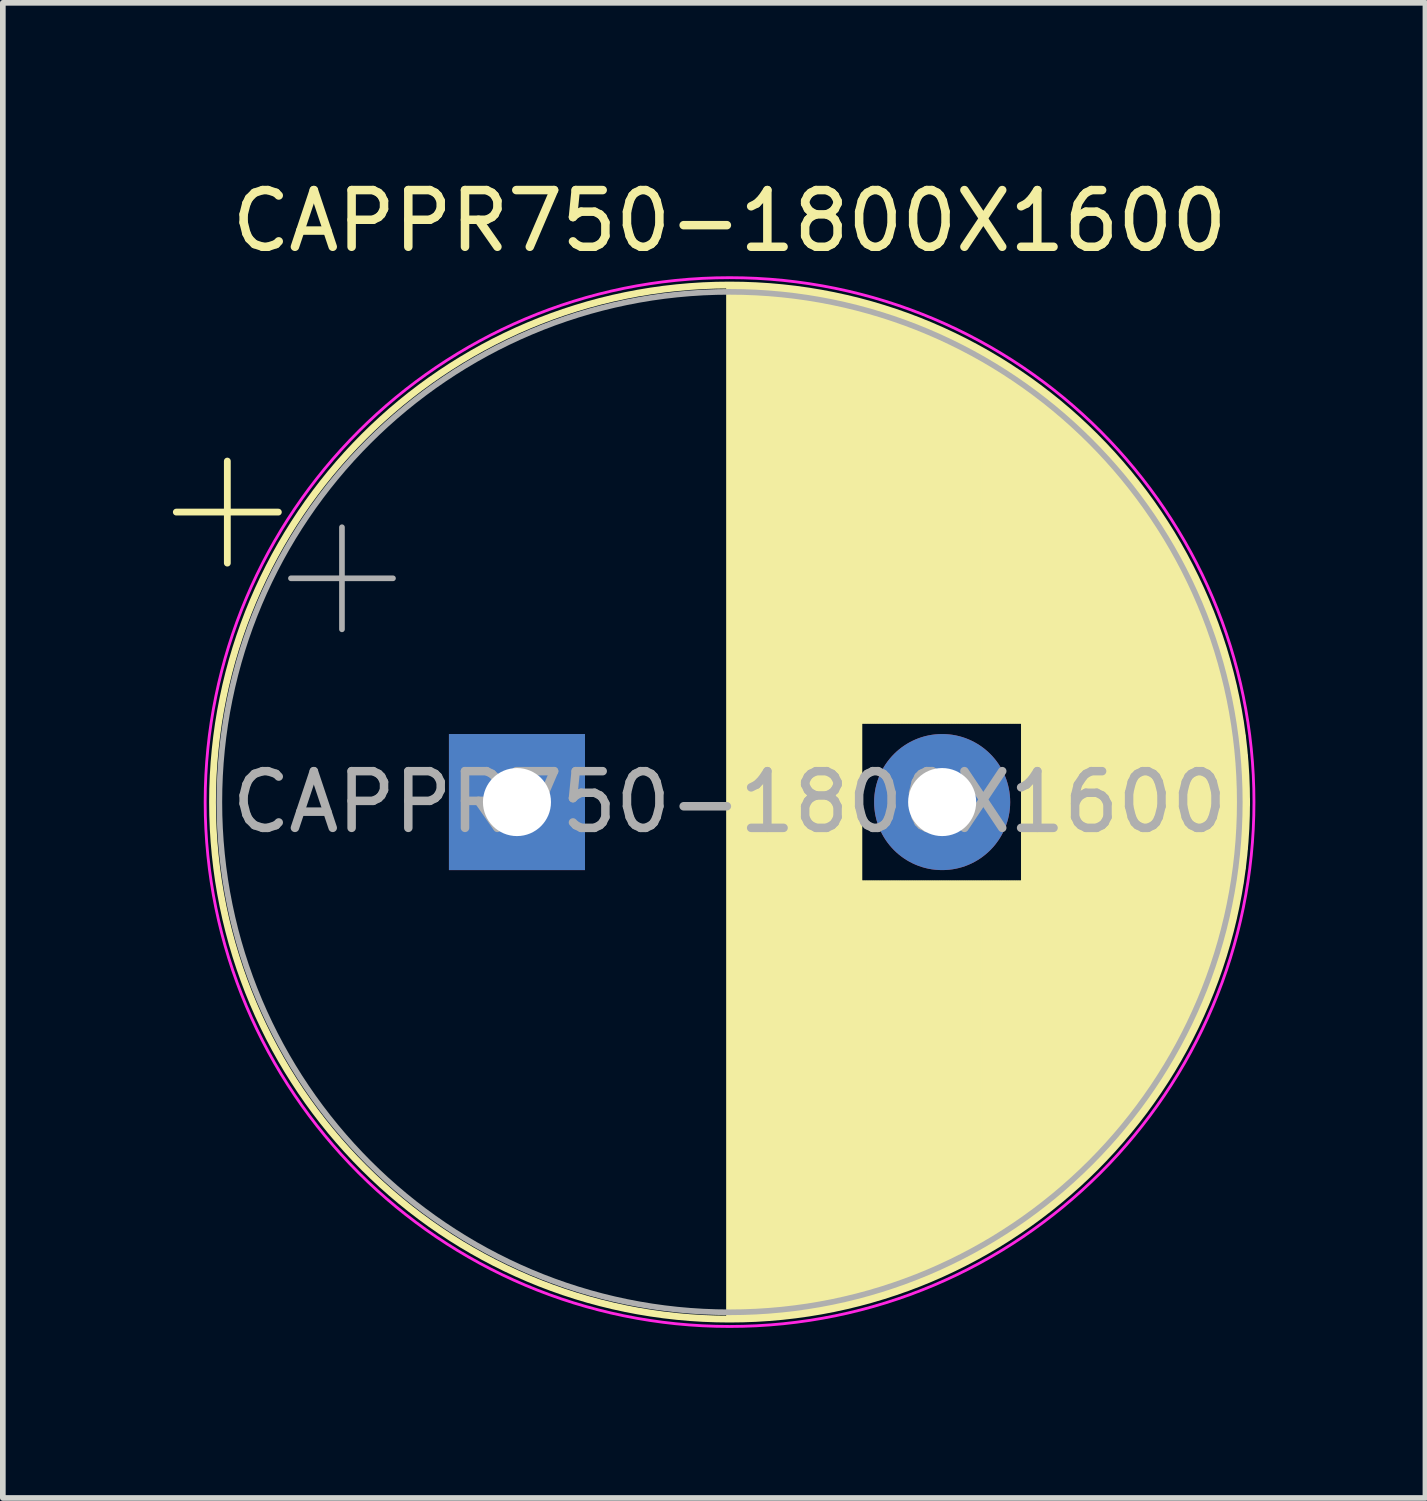
<source format=kicad_pcb>
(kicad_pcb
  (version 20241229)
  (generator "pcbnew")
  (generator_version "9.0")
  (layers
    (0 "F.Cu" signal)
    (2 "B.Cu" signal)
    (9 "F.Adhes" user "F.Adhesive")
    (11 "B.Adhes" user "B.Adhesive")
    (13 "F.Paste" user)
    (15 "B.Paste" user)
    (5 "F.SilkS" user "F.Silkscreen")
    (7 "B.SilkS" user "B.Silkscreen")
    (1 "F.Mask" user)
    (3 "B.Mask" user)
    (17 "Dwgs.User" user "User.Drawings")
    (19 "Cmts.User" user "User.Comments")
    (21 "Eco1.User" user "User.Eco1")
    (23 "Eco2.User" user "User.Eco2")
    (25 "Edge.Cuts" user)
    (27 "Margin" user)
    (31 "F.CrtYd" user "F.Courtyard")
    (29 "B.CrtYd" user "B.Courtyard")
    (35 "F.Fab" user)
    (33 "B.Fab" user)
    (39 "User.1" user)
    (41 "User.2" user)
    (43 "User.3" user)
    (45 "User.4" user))
  (footprint "CAPPR750-1800X1600"
    (layer "F.Cu")
    (at 6.069 11.098)
    (property "Reference" "CAPPR750-1800X1600" (at 3.75 -10.25 0) (layer "F.SilkS") (effects (font (size 1 1) (thickness 0.15))))
    (attr through_hole)
    (fp_line (start -6.009 -5.115) (end -4.209 -5.115) (stroke (width 0.12) (type solid)) (layer "F.SilkS"))
    (fp_line (start -5.109 -6.015) (end -5.109 -4.215) (stroke (width 0.12) (type solid)) (layer "F.SilkS"))
    (fp_line (start 3.75 -9.081) (end 3.75 9.081) (stroke (width 0.12) (type solid)) (layer "F.SilkS"))
    (fp_line (start 3.79 -9.08) (end 3.79 9.08) (stroke (width 0.12) (type solid)) (layer "F.SilkS"))
    (fp_line (start 3.83 -9.08) (end 3.83 9.08) (stroke (width 0.12) (type solid)) (layer "F.SilkS"))
    (fp_line (start 3.87 -9.08) (end 3.87 9.08) (stroke (width 0.12) (type solid)) (layer "F.SilkS"))
    (fp_line (start 3.91 -9.079) (end 3.91 9.079) (stroke (width 0.12) (type solid)) (layer "F.SilkS"))
    (fp_line (start 3.95 -9.078) (end 3.95 9.078) (stroke (width 0.12) (type solid)) (layer "F.SilkS"))
    (fp_line (start 3.99 -9.077) (end 3.99 9.077) (stroke (width 0.12) (type solid)) (layer "F.SilkS"))
    (fp_line (start 4.03 -9.076) (end 4.03 9.076) (stroke (width 0.12) (type solid)) (layer "F.SilkS"))
    (fp_line (start 4.07 -9.075) (end 4.07 9.075) (stroke (width 0.12) (type solid)) (layer "F.SilkS"))
    (fp_line (start 4.11 -9.073) (end 4.11 9.073) (stroke (width 0.12) (type solid)) (layer "F.SilkS"))
    (fp_line (start 4.15 -9.072) (end 4.15 9.072) (stroke (width 0.12) (type solid)) (layer "F.SilkS"))
    (fp_line (start 4.19 -9.07) (end 4.19 9.07) (stroke (width 0.12) (type solid)) (layer "F.SilkS"))
    (fp_line (start 4.23 -9.068) (end 4.23 9.068) (stroke (width 0.12) (type solid)) (layer "F.SilkS"))
    (fp_line (start 4.27 -9.066) (end 4.27 9.066) (stroke (width 0.12) (type solid)) (layer "F.SilkS"))
    (fp_line (start 4.31 -9.063) (end 4.31 9.063) (stroke (width 0.12) (type solid)) (layer "F.SilkS"))
    (fp_line (start 4.35 -9.061) (end 4.35 9.061) (stroke (width 0.12) (type solid)) (layer "F.SilkS"))
    (fp_line (start 4.39 -9.058) (end 4.39 9.058) (stroke (width 0.12) (type solid)) (layer "F.SilkS"))
    (fp_line (start 4.43 -9.055) (end 4.43 9.055) (stroke (width 0.12) (type solid)) (layer "F.SilkS"))
    (fp_line (start 4.471 -9.052) (end 4.471 9.052) (stroke (width 0.12) (type solid)) (layer "F.SilkS"))
    (fp_line (start 4.511 -9.049) (end 4.511 9.049) (stroke (width 0.12) (type solid)) (layer "F.SilkS"))
    (fp_line (start 4.551 -9.045) (end 4.551 9.045) (stroke (width 0.12) (type solid)) (layer "F.SilkS"))
    (fp_line (start 4.591 -9.042) (end 4.591 9.042) (stroke (width 0.12) (type solid)) (layer "F.SilkS"))
    (fp_line (start 4.631 -9.038) (end 4.631 9.038) (stroke (width 0.12) (type solid)) (layer "F.SilkS"))
    (fp_line (start 4.671 -9.034) (end 4.671 9.034) (stroke (width 0.12) (type solid)) (layer "F.SilkS"))
    (fp_line (start 4.711 -9.03) (end 4.711 9.03) (stroke (width 0.12) (type solid)) (layer "F.SilkS"))
    (fp_line (start 4.751 -9.026) (end 4.751 9.026) (stroke (width 0.12) (type solid)) (layer "F.SilkS"))
    (fp_line (start 4.791 -9.021) (end 4.791 9.021) (stroke (width 0.12) (type solid)) (layer "F.SilkS"))
    (fp_line (start 4.831 -9.016) (end 4.831 9.016) (stroke (width 0.12) (type solid)) (layer "F.SilkS"))
    (fp_line (start 4.871 -9.011) (end 4.871 9.011) (stroke (width 0.12) (type solid)) (layer "F.SilkS"))
    (fp_line (start 4.911 -9.006) (end 4.911 9.006) (stroke (width 0.12) (type solid)) (layer "F.SilkS"))
    (fp_line (start 4.951 -9.001) (end 4.951 9.001) (stroke (width 0.12) (type solid)) (layer "F.SilkS"))
    (fp_line (start 4.991 -8.996) (end 4.991 8.996) (stroke (width 0.12) (type solid)) (layer "F.SilkS"))
    (fp_line (start 5.031 -8.99) (end 5.031 8.99) (stroke (width 0.12) (type solid)) (layer "F.SilkS"))
    (fp_line (start 5.071 -8.984) (end 5.071 8.984) (stroke (width 0.12) (type solid)) (layer "F.SilkS"))
    (fp_line (start 5.111 -8.979) (end 5.111 8.979) (stroke (width 0.12) (type solid)) (layer "F.SilkS"))
    (fp_line (start 5.151 -8.972) (end 5.151 8.972) (stroke (width 0.12) (type solid)) (layer "F.SilkS"))
    (fp_line (start 5.191 -8.966) (end 5.191 8.966) (stroke (width 0.12) (type solid)) (layer "F.SilkS"))
    (fp_line (start 5.231 -8.96) (end 5.231 8.96) (stroke (width 0.12) (type solid)) (layer "F.SilkS"))
    (fp_line (start 5.271 -8.953) (end 5.271 8.953) (stroke (width 0.12) (type solid)) (layer "F.SilkS"))
    (fp_line (start 5.311 -8.946) (end 5.311 8.946) (stroke (width 0.12) (type solid)) (layer "F.SilkS"))
    (fp_line (start 5.351 -8.939) (end 5.351 8.939) (stroke (width 0.12) (type solid)) (layer "F.SilkS"))
    (fp_line (start 5.391 -8.932) (end 5.391 8.932) (stroke (width 0.12) (type solid)) (layer "F.SilkS"))
    (fp_line (start 5.431 -8.924) (end 5.431 8.924) (stroke (width 0.12) (type solid)) (layer "F.SilkS"))
    (fp_line (start 5.471 -8.917) (end 5.471 8.917) (stroke (width 0.12) (type solid)) (layer "F.SilkS"))
    (fp_line (start 5.511 -8.909) (end 5.511 8.909) (stroke (width 0.12) (type solid)) (layer "F.SilkS"))
    (fp_line (start 5.551 -8.901) (end 5.551 8.901) (stroke (width 0.12) (type solid)) (layer "F.SilkS"))
    (fp_line (start 5.591 -8.893) (end 5.591 8.893) (stroke (width 0.12) (type solid)) (layer "F.SilkS"))
    (fp_line (start 5.631 -8.885) (end 5.631 8.885) (stroke (width 0.12) (type solid)) (layer "F.SilkS"))
    (fp_line (start 5.671 -8.876) (end 5.671 8.876) (stroke (width 0.12) (type solid)) (layer "F.SilkS"))
    (fp_line (start 5.711 -8.867) (end 5.711 8.867) (stroke (width 0.12) (type solid)) (layer "F.SilkS"))
    (fp_line (start 5.751 -8.858) (end 5.751 8.858) (stroke (width 0.12) (type solid)) (layer "F.SilkS"))
    (fp_line (start 5.791 -8.849) (end 5.791 8.849) (stroke (width 0.12) (type solid)) (layer "F.SilkS"))
    (fp_line (start 5.831 -8.84) (end 5.831 8.84) (stroke (width 0.12) (type solid)) (layer "F.SilkS"))
    (fp_line (start 5.871 -8.831) (end 5.871 8.831) (stroke (width 0.12) (type solid)) (layer "F.SilkS"))
    (fp_line (start 5.911 -8.821) (end 5.911 8.821) (stroke (width 0.12) (type solid)) (layer "F.SilkS"))
    (fp_line (start 5.951 -8.811) (end 5.951 8.811) (stroke (width 0.12) (type solid)) (layer "F.SilkS"))
    (fp_line (start 5.991 -8.801) (end 5.991 8.801) (stroke (width 0.12) (type solid)) (layer "F.SilkS"))
    (fp_line (start 6.031 -8.791) (end 6.031 8.791) (stroke (width 0.12) (type solid)) (layer "F.SilkS"))
    (fp_line (start 6.071 -8.78) (end 6.071 -1.44) (stroke (width 0.12) (type solid)) (layer "F.SilkS"))
    (fp_line (start 6.071 1.44) (end 6.071 8.78) (stroke (width 0.12) (type solid)) (layer "F.SilkS"))
    (fp_line (start 6.111 -8.77) (end 6.111 -1.44) (stroke (width 0.12) (type solid)) (layer "F.SilkS"))
    (fp_line (start 6.111 1.44) (end 6.111 8.77) (stroke (width 0.12) (type solid)) (layer "F.SilkS"))
    (fp_line (start 6.151 -8.759) (end 6.151 -1.44) (stroke (width 0.12) (type solid)) (layer "F.SilkS"))
    (fp_line (start 6.151 1.44) (end 6.151 8.759) (stroke (width 0.12) (type solid)) (layer "F.SilkS"))
    (fp_line (start 6.191 -8.748) (end 6.191 -1.44) (stroke (width 0.12) (type solid)) (layer "F.SilkS"))
    (fp_line (start 6.191 1.44) (end 6.191 8.748) (stroke (width 0.12) (type solid)) (layer "F.SilkS"))
    (fp_line (start 6.231 -8.737) (end 6.231 -1.44) (stroke (width 0.12) (type solid)) (layer "F.SilkS"))
    (fp_line (start 6.231 1.44) (end 6.231 8.737) (stroke (width 0.12) (type solid)) (layer "F.SilkS"))
    (fp_line (start 6.271 -8.725) (end 6.271 -1.44) (stroke (width 0.12) (type solid)) (layer "F.SilkS"))
    (fp_line (start 6.271 1.44) (end 6.271 8.725) (stroke (width 0.12) (type solid)) (layer "F.SilkS"))
    (fp_line (start 6.311 -8.714) (end 6.311 -1.44) (stroke (width 0.12) (type solid)) (layer "F.SilkS"))
    (fp_line (start 6.311 1.44) (end 6.311 8.714) (stroke (width 0.12) (type solid)) (layer "F.SilkS"))
    (fp_line (start 6.351 -8.702) (end 6.351 -1.44) (stroke (width 0.12) (type solid)) (layer "F.SilkS"))
    (fp_line (start 6.351 1.44) (end 6.351 8.702) (stroke (width 0.12) (type solid)) (layer "F.SilkS"))
    (fp_line (start 6.391 -8.69) (end 6.391 -1.44) (stroke (width 0.12) (type solid)) (layer "F.SilkS"))
    (fp_line (start 6.391 1.44) (end 6.391 8.69) (stroke (width 0.12) (type solid)) (layer "F.SilkS"))
    (fp_line (start 6.431 -8.678) (end 6.431 -1.44) (stroke (width 0.12) (type solid)) (layer "F.SilkS"))
    (fp_line (start 6.431 1.44) (end 6.431 8.678) (stroke (width 0.12) (type solid)) (layer "F.SilkS"))
    (fp_line (start 6.471 -8.665) (end 6.471 -1.44) (stroke (width 0.12) (type solid)) (layer "F.SilkS"))
    (fp_line (start 6.471 1.44) (end 6.471 8.665) (stroke (width 0.12) (type solid)) (layer "F.SilkS"))
    (fp_line (start 6.511 -8.653) (end 6.511 -1.44) (stroke (width 0.12) (type solid)) (layer "F.SilkS"))
    (fp_line (start 6.511 1.44) (end 6.511 8.653) (stroke (width 0.12) (type solid)) (layer "F.SilkS"))
    (fp_line (start 6.551 -8.64) (end 6.551 -1.44) (stroke (width 0.12) (type solid)) (layer "F.SilkS"))
    (fp_line (start 6.551 1.44) (end 6.551 8.64) (stroke (width 0.12) (type solid)) (layer "F.SilkS"))
    (fp_line (start 6.591 -8.627) (end 6.591 -1.44) (stroke (width 0.12) (type solid)) (layer "F.SilkS"))
    (fp_line (start 6.591 1.44) (end 6.591 8.627) (stroke (width 0.12) (type solid)) (layer "F.SilkS"))
    (fp_line (start 6.631 -8.614) (end 6.631 -1.44) (stroke (width 0.12) (type solid)) (layer "F.SilkS"))
    (fp_line (start 6.631 1.44) (end 6.631 8.614) (stroke (width 0.12) (type solid)) (layer "F.SilkS"))
    (fp_line (start 6.671 -8.6) (end 6.671 -1.44) (stroke (width 0.12) (type solid)) (layer "F.SilkS"))
    (fp_line (start 6.671 1.44) (end 6.671 8.6) (stroke (width 0.12) (type solid)) (layer "F.SilkS"))
    (fp_line (start 6.711 -8.587) (end 6.711 -1.44) (stroke (width 0.12) (type solid)) (layer "F.SilkS"))
    (fp_line (start 6.711 1.44) (end 6.711 8.587) (stroke (width 0.12) (type solid)) (layer "F.SilkS"))
    (fp_line (start 6.751 -8.573) (end 6.751 -1.44) (stroke (width 0.12) (type solid)) (layer "F.SilkS"))
    (fp_line (start 6.751 1.44) (end 6.751 8.573) (stroke (width 0.12) (type solid)) (layer "F.SilkS"))
    (fp_line (start 6.791 -8.559) (end 6.791 -1.44) (stroke (width 0.12) (type solid)) (layer "F.SilkS"))
    (fp_line (start 6.791 1.44) (end 6.791 8.559) (stroke (width 0.12) (type solid)) (layer "F.SilkS"))
    (fp_line (start 6.831 -8.545) (end 6.831 -1.44) (stroke (width 0.12) (type solid)) (layer "F.SilkS"))
    (fp_line (start 6.831 1.44) (end 6.831 8.545) (stroke (width 0.12) (type solid)) (layer "F.SilkS"))
    (fp_line (start 6.871 -8.53) (end 6.871 -1.44) (stroke (width 0.12) (type solid)) (layer "F.SilkS"))
    (fp_line (start 6.871 1.44) (end 6.871 8.53) (stroke (width 0.12) (type solid)) (layer "F.SilkS"))
    (fp_line (start 6.911 -8.516) (end 6.911 -1.44) (stroke (width 0.12) (type solid)) (layer "F.SilkS"))
    (fp_line (start 6.911 1.44) (end 6.911 8.516) (stroke (width 0.12) (type solid)) (layer "F.SilkS"))
    (fp_line (start 6.951 -8.501) (end 6.951 -1.44) (stroke (width 0.12) (type solid)) (layer "F.SilkS"))
    (fp_line (start 6.951 1.44) (end 6.951 8.501) (stroke (width 0.12) (type solid)) (layer "F.SilkS"))
    (fp_line (start 6.991 -8.486) (end 6.991 -1.44) (stroke (width 0.12) (type solid)) (layer "F.SilkS"))
    (fp_line (start 6.991 1.44) (end 6.991 8.486) (stroke (width 0.12) (type solid)) (layer "F.SilkS"))
    (fp_line (start 7.031 -8.47) (end 7.031 -1.44) (stroke (width 0.12) (type solid)) (layer "F.SilkS"))
    (fp_line (start 7.031 1.44) (end 7.031 8.47) (stroke (width 0.12) (type solid)) (layer "F.SilkS"))
    (fp_line (start 7.071 -8.455) (end 7.071 -1.44) (stroke (width 0.12) (type solid)) (layer "F.SilkS"))
    (fp_line (start 7.071 1.44) (end 7.071 8.455) (stroke (width 0.12) (type solid)) (layer "F.SilkS"))
    (fp_line (start 7.111 -8.439) (end 7.111 -1.44) (stroke (width 0.12) (type solid)) (layer "F.SilkS"))
    (fp_line (start 7.111 1.44) (end 7.111 8.439) (stroke (width 0.12) (type solid)) (layer "F.SilkS"))
    (fp_line (start 7.151 -8.423) (end 7.151 -1.44) (stroke (width 0.12) (type solid)) (layer "F.SilkS"))
    (fp_line (start 7.151 1.44) (end 7.151 8.423) (stroke (width 0.12) (type solid)) (layer "F.SilkS"))
    (fp_line (start 7.191 -8.407) (end 7.191 -1.44) (stroke (width 0.12) (type solid)) (layer "F.SilkS"))
    (fp_line (start 7.191 1.44) (end 7.191 8.407) (stroke (width 0.12) (type solid)) (layer "F.SilkS"))
    (fp_line (start 7.231 -8.39) (end 7.231 -1.44) (stroke (width 0.12) (type solid)) (layer "F.SilkS"))
    (fp_line (start 7.231 1.44) (end 7.231 8.39) (stroke (width 0.12) (type solid)) (layer "F.SilkS"))
    (fp_line (start 7.271 -8.374) (end 7.271 -1.44) (stroke (width 0.12) (type solid)) (layer "F.SilkS"))
    (fp_line (start 7.271 1.44) (end 7.271 8.374) (stroke (width 0.12) (type solid)) (layer "F.SilkS"))
    (fp_line (start 7.311 -8.357) (end 7.311 -1.44) (stroke (width 0.12) (type solid)) (layer "F.SilkS"))
    (fp_line (start 7.311 1.44) (end 7.311 8.357) (stroke (width 0.12) (type solid)) (layer "F.SilkS"))
    (fp_line (start 7.351 -8.34) (end 7.351 -1.44) (stroke (width 0.12) (type solid)) (layer "F.SilkS"))
    (fp_line (start 7.351 1.44) (end 7.351 8.34) (stroke (width 0.12) (type solid)) (layer "F.SilkS"))
    (fp_line (start 7.391 -8.323) (end 7.391 -1.44) (stroke (width 0.12) (type solid)) (layer "F.SilkS"))
    (fp_line (start 7.391 1.44) (end 7.391 8.323) (stroke (width 0.12) (type solid)) (layer "F.SilkS"))
    (fp_line (start 7.431 -8.305) (end 7.431 -1.44) (stroke (width 0.12) (type solid)) (layer "F.SilkS"))
    (fp_line (start 7.431 1.44) (end 7.431 8.305) (stroke (width 0.12) (type solid)) (layer "F.SilkS"))
    (fp_line (start 7.471 -8.287) (end 7.471 -1.44) (stroke (width 0.12) (type solid)) (layer "F.SilkS"))
    (fp_line (start 7.471 1.44) (end 7.471 8.287) (stroke (width 0.12) (type solid)) (layer "F.SilkS"))
    (fp_line (start 7.511 -8.269) (end 7.511 -1.44) (stroke (width 0.12) (type solid)) (layer "F.SilkS"))
    (fp_line (start 7.511 1.44) (end 7.511 8.269) (stroke (width 0.12) (type solid)) (layer "F.SilkS"))
    (fp_line (start 7.551 -8.251) (end 7.551 -1.44) (stroke (width 0.12) (type solid)) (layer "F.SilkS"))
    (fp_line (start 7.551 1.44) (end 7.551 8.251) (stroke (width 0.12) (type solid)) (layer "F.SilkS"))
    (fp_line (start 7.591 -8.233) (end 7.591 -1.44) (stroke (width 0.12) (type solid)) (layer "F.SilkS"))
    (fp_line (start 7.591 1.44) (end 7.591 8.233) (stroke (width 0.12) (type solid)) (layer "F.SilkS"))
    (fp_line (start 7.631 -8.214) (end 7.631 -1.44) (stroke (width 0.12) (type solid)) (layer "F.SilkS"))
    (fp_line (start 7.631 1.44) (end 7.631 8.214) (stroke (width 0.12) (type solid)) (layer "F.SilkS"))
    (fp_line (start 7.671 -8.195) (end 7.671 -1.44) (stroke (width 0.12) (type solid)) (layer "F.SilkS"))
    (fp_line (start 7.671 1.44) (end 7.671 8.195) (stroke (width 0.12) (type solid)) (layer "F.SilkS"))
    (fp_line (start 7.711 -8.176) (end 7.711 -1.44) (stroke (width 0.12) (type solid)) (layer "F.SilkS"))
    (fp_line (start 7.711 1.44) (end 7.711 8.176) (stroke (width 0.12) (type solid)) (layer "F.SilkS"))
    (fp_line (start 7.751 -8.156) (end 7.751 -1.44) (stroke (width 0.12) (type solid)) (layer "F.SilkS"))
    (fp_line (start 7.751 1.44) (end 7.751 8.156) (stroke (width 0.12) (type solid)) (layer "F.SilkS"))
    (fp_line (start 7.791 -8.137) (end 7.791 -1.44) (stroke (width 0.12) (type solid)) (layer "F.SilkS"))
    (fp_line (start 7.791 1.44) (end 7.791 8.137) (stroke (width 0.12) (type solid)) (layer "F.SilkS"))
    (fp_line (start 7.831 -8.117) (end 7.831 -1.44) (stroke (width 0.12) (type solid)) (layer "F.SilkS"))
    (fp_line (start 7.831 1.44) (end 7.831 8.117) (stroke (width 0.12) (type solid)) (layer "F.SilkS"))
    (fp_line (start 7.871 -8.097) (end 7.871 -1.44) (stroke (width 0.12) (type solid)) (layer "F.SilkS"))
    (fp_line (start 7.871 1.44) (end 7.871 8.097) (stroke (width 0.12) (type solid)) (layer "F.SilkS"))
    (fp_line (start 7.911 -8.076) (end 7.911 -1.44) (stroke (width 0.12) (type solid)) (layer "F.SilkS"))
    (fp_line (start 7.911 1.44) (end 7.911 8.076) (stroke (width 0.12) (type solid)) (layer "F.SilkS"))
    (fp_line (start 7.951 -8.056) (end 7.951 -1.44) (stroke (width 0.12) (type solid)) (layer "F.SilkS"))
    (fp_line (start 7.951 1.44) (end 7.951 8.056) (stroke (width 0.12) (type solid)) (layer "F.SilkS"))
    (fp_line (start 7.991 -8.035) (end 7.991 -1.44) (stroke (width 0.12) (type solid)) (layer "F.SilkS"))
    (fp_line (start 7.991 1.44) (end 7.991 8.035) (stroke (width 0.12) (type solid)) (layer "F.SilkS"))
    (fp_line (start 8.031 -8.014) (end 8.031 -1.44) (stroke (width 0.12) (type solid)) (layer "F.SilkS"))
    (fp_line (start 8.031 1.44) (end 8.031 8.014) (stroke (width 0.12) (type solid)) (layer "F.SilkS"))
    (fp_line (start 8.071 -7.992) (end 8.071 -1.44) (stroke (width 0.12) (type solid)) (layer "F.SilkS"))
    (fp_line (start 8.071 1.44) (end 8.071 7.992) (stroke (width 0.12) (type solid)) (layer "F.SilkS"))
    (fp_line (start 8.111 -7.971) (end 8.111 -1.44) (stroke (width 0.12) (type solid)) (layer "F.SilkS"))
    (fp_line (start 8.111 1.44) (end 8.111 7.971) (stroke (width 0.12) (type solid)) (layer "F.SilkS"))
    (fp_line (start 8.151 -7.949) (end 8.151 -1.44) (stroke (width 0.12) (type solid)) (layer "F.SilkS"))
    (fp_line (start 8.151 1.44) (end 8.151 7.949) (stroke (width 0.12) (type solid)) (layer "F.SilkS"))
    (fp_line (start 8.191 -7.927) (end 8.191 -1.44) (stroke (width 0.12) (type solid)) (layer "F.SilkS"))
    (fp_line (start 8.191 1.44) (end 8.191 7.927) (stroke (width 0.12) (type solid)) (layer "F.SilkS"))
    (fp_line (start 8.231 -7.904) (end 8.231 -1.44) (stroke (width 0.12) (type solid)) (layer "F.SilkS"))
    (fp_line (start 8.231 1.44) (end 8.231 7.904) (stroke (width 0.12) (type solid)) (layer "F.SilkS"))
    (fp_line (start 8.271 -7.882) (end 8.271 -1.44) (stroke (width 0.12) (type solid)) (layer "F.SilkS"))
    (fp_line (start 8.271 1.44) (end 8.271 7.882) (stroke (width 0.12) (type solid)) (layer "F.SilkS"))
    (fp_line (start 8.311 -7.859) (end 8.311 -1.44) (stroke (width 0.12) (type solid)) (layer "F.SilkS"))
    (fp_line (start 8.311 1.44) (end 8.311 7.859) (stroke (width 0.12) (type solid)) (layer "F.SilkS"))
    (fp_line (start 8.351 -7.835) (end 8.351 -1.44) (stroke (width 0.12) (type solid)) (layer "F.SilkS"))
    (fp_line (start 8.351 1.44) (end 8.351 7.835) (stroke (width 0.12) (type solid)) (layer "F.SilkS"))
    (fp_line (start 8.391 -7.812) (end 8.391 -1.44) (stroke (width 0.12) (type solid)) (layer "F.SilkS"))
    (fp_line (start 8.391 1.44) (end 8.391 7.812) (stroke (width 0.12) (type solid)) (layer "F.SilkS"))
    (fp_line (start 8.431 -7.788) (end 8.431 -1.44) (stroke (width 0.12) (type solid)) (layer "F.SilkS"))
    (fp_line (start 8.431 1.44) (end 8.431 7.788) (stroke (width 0.12) (type solid)) (layer "F.SilkS"))
    (fp_line (start 8.471 -7.764) (end 8.471 -1.44) (stroke (width 0.12) (type solid)) (layer "F.SilkS"))
    (fp_line (start 8.471 1.44) (end 8.471 7.764) (stroke (width 0.12) (type solid)) (layer "F.SilkS"))
    (fp_line (start 8.511 -7.74) (end 8.511 -1.44) (stroke (width 0.12) (type solid)) (layer "F.SilkS"))
    (fp_line (start 8.511 1.44) (end 8.511 7.74) (stroke (width 0.12) (type solid)) (layer "F.SilkS"))
    (fp_line (start 8.551 -7.715) (end 8.551 -1.44) (stroke (width 0.12) (type solid)) (layer "F.SilkS"))
    (fp_line (start 8.551 1.44) (end 8.551 7.715) (stroke (width 0.12) (type solid)) (layer "F.SilkS"))
    (fp_line (start 8.591 -7.69) (end 8.591 -1.44) (stroke (width 0.12) (type solid)) (layer "F.SilkS"))
    (fp_line (start 8.591 1.44) (end 8.591 7.69) (stroke (width 0.12) (type solid)) (layer "F.SilkS"))
    (fp_line (start 8.631 -7.665) (end 8.631 -1.44) (stroke (width 0.12) (type solid)) (layer "F.SilkS"))
    (fp_line (start 8.631 1.44) (end 8.631 7.665) (stroke (width 0.12) (type solid)) (layer "F.SilkS"))
    (fp_line (start 8.671 -7.64) (end 8.671 -1.44) (stroke (width 0.12) (type solid)) (layer "F.SilkS"))
    (fp_line (start 8.671 1.44) (end 8.671 7.64) (stroke (width 0.12) (type solid)) (layer "F.SilkS"))
    (fp_line (start 8.711 -7.614) (end 8.711 -1.44) (stroke (width 0.12) (type solid)) (layer "F.SilkS"))
    (fp_line (start 8.711 1.44) (end 8.711 7.614) (stroke (width 0.12) (type solid)) (layer "F.SilkS"))
    (fp_line (start 8.751 -7.588) (end 8.751 -1.44) (stroke (width 0.12) (type solid)) (layer "F.SilkS"))
    (fp_line (start 8.751 1.44) (end 8.751 7.588) (stroke (width 0.12) (type solid)) (layer "F.SilkS"))
    (fp_line (start 8.791 -7.561) (end 8.791 -1.44) (stroke (width 0.12) (type solid)) (layer "F.SilkS"))
    (fp_line (start 8.791 1.44) (end 8.791 7.561) (stroke (width 0.12) (type solid)) (layer "F.SilkS"))
    (fp_line (start 8.831 -7.535) (end 8.831 -1.44) (stroke (width 0.12) (type solid)) (layer "F.SilkS"))
    (fp_line (start 8.831 1.44) (end 8.831 7.535) (stroke (width 0.12) (type solid)) (layer "F.SilkS"))
    (fp_line (start 8.871 -7.508) (end 8.871 -1.44) (stroke (width 0.12) (type solid)) (layer "F.SilkS"))
    (fp_line (start 8.871 1.44) (end 8.871 7.508) (stroke (width 0.12) (type solid)) (layer "F.SilkS"))
    (fp_line (start 8.911 -7.48) (end 8.911 -1.44) (stroke (width 0.12) (type solid)) (layer "F.SilkS"))
    (fp_line (start 8.911 1.44) (end 8.911 7.48) (stroke (width 0.12) (type solid)) (layer "F.SilkS"))
    (fp_line (start 8.951 -7.453) (end 8.951 7.453) (stroke (width 0.12) (type solid)) (layer "F.SilkS"))
    (fp_line (start 8.991 -7.425) (end 8.991 7.425) (stroke (width 0.12) (type solid)) (layer "F.SilkS"))
    (fp_line (start 9.031 -7.397) (end 9.031 7.397) (stroke (width 0.12) (type solid)) (layer "F.SilkS"))
    (fp_line (start 9.071 -7.368) (end 9.071 7.368) (stroke (width 0.12) (type solid)) (layer "F.SilkS"))
    (fp_line (start 9.111 -7.339) (end 9.111 7.339) (stroke (width 0.12) (type solid)) (layer "F.SilkS"))
    (fp_line (start 9.151 -7.31) (end 9.151 7.31) (stroke (width 0.12) (type solid)) (layer "F.SilkS"))
    (fp_line (start 9.191 -7.28) (end 9.191 7.28) (stroke (width 0.12) (type solid)) (layer "F.SilkS"))
    (fp_line (start 9.231 -7.25) (end 9.231 7.25) (stroke (width 0.12) (type solid)) (layer "F.SilkS"))
    (fp_line (start 9.271 -7.22) (end 9.271 7.22) (stroke (width 0.12) (type solid)) (layer "F.SilkS"))
    (fp_line (start 9.311 -7.19) (end 9.311 7.19) (stroke (width 0.12) (type solid)) (layer "F.SilkS"))
    (fp_line (start 9.351 -7.159) (end 9.351 7.159) (stroke (width 0.12) (type solid)) (layer "F.SilkS"))
    (fp_line (start 9.391 -7.127) (end 9.391 7.127) (stroke (width 0.12) (type solid)) (layer "F.SilkS"))
    (fp_line (start 9.431 -7.096) (end 9.431 7.096) (stroke (width 0.12) (type solid)) (layer "F.SilkS"))
    (fp_line (start 9.471 -7.064) (end 9.471 7.064) (stroke (width 0.12) (type solid)) (layer "F.SilkS"))
    (fp_line (start 9.511 -7.031) (end 9.511 7.031) (stroke (width 0.12) (type solid)) (layer "F.SilkS"))
    (fp_line (start 9.551 -6.999) (end 9.551 6.999) (stroke (width 0.12) (type solid)) (layer "F.SilkS"))
    (fp_line (start 9.591 -6.965) (end 9.591 6.965) (stroke (width 0.12) (type solid)) (layer "F.SilkS"))
    (fp_line (start 9.631 -6.932) (end 9.631 6.932) (stroke (width 0.12) (type solid)) (layer "F.SilkS"))
    (fp_line (start 9.671 -6.898) (end 9.671 6.898) (stroke (width 0.12) (type solid)) (layer "F.SilkS"))
    (fp_line (start 9.711 -6.864) (end 9.711 6.864) (stroke (width 0.12) (type solid)) (layer "F.SilkS"))
    (fp_line (start 9.751 -6.829) (end 9.751 6.829) (stroke (width 0.12) (type solid)) (layer "F.SilkS"))
    (fp_line (start 9.791 -6.794) (end 9.791 6.794) (stroke (width 0.12) (type solid)) (layer "F.SilkS"))
    (fp_line (start 9.831 -6.758) (end 9.831 6.758) (stroke (width 0.12) (type solid)) (layer "F.SilkS"))
    (fp_line (start 9.871 -6.722) (end 9.871 6.722) (stroke (width 0.12) (type solid)) (layer "F.SilkS"))
    (fp_line (start 9.911 -6.686) (end 9.911 6.686) (stroke (width 0.12) (type solid)) (layer "F.SilkS"))
    (fp_line (start 9.951 -6.649) (end 9.951 6.649) (stroke (width 0.12) (type solid)) (layer "F.SilkS"))
    (fp_line (start 9.991 -6.612) (end 9.991 6.612) (stroke (width 0.12) (type solid)) (layer "F.SilkS"))
    (fp_line (start 10.031 -6.574) (end 10.031 6.574) (stroke (width 0.12) (type solid)) (layer "F.SilkS"))
    (fp_line (start 10.071 -6.536) (end 10.071 6.536) (stroke (width 0.12) (type solid)) (layer "F.SilkS"))
    (fp_line (start 10.111 -6.497) (end 10.111 6.497) (stroke (width 0.12) (type solid)) (layer "F.SilkS"))
    (fp_line (start 10.151 -6.458) (end 10.151 6.458) (stroke (width 0.12) (type solid)) (layer "F.SilkS"))
    (fp_line (start 10.191 -6.418) (end 10.191 6.418) (stroke (width 0.12) (type solid)) (layer "F.SilkS"))
    (fp_line (start 10.231 -6.378) (end 10.231 6.378) (stroke (width 0.12) (type solid)) (layer "F.SilkS"))
    (fp_line (start 10.271 -6.337) (end 10.271 6.337) (stroke (width 0.12) (type solid)) (layer "F.SilkS"))
    (fp_line (start 10.311 -6.296) (end 10.311 6.296) (stroke (width 0.12) (type solid)) (layer "F.SilkS"))
    (fp_line (start 10.351 -6.254) (end 10.351 6.254) (stroke (width 0.12) (type solid)) (layer "F.SilkS"))
    (fp_line (start 10.391 -6.212) (end 10.391 6.212) (stroke (width 0.12) (type solid)) (layer "F.SilkS"))
    (fp_line (start 10.431 -6.17) (end 10.431 6.17) (stroke (width 0.12) (type solid)) (layer "F.SilkS"))
    (fp_line (start 10.471 -6.126) (end 10.471 6.126) (stroke (width 0.12) (type solid)) (layer "F.SilkS"))
    (fp_line (start 10.511 -6.082) (end 10.511 6.082) (stroke (width 0.12) (type solid)) (layer "F.SilkS"))
    (fp_line (start 10.551 -6.038) (end 10.551 6.038) (stroke (width 0.12) (type solid)) (layer "F.SilkS"))
    (fp_line (start 10.591 -5.993) (end 10.591 5.993) (stroke (width 0.12) (type solid)) (layer "F.SilkS"))
    (fp_line (start 10.631 -5.947) (end 10.631 5.947) (stroke (width 0.12) (type solid)) (layer "F.SilkS"))
    (fp_line (start 10.671 -5.901) (end 10.671 5.901) (stroke (width 0.12) (type solid)) (layer "F.SilkS"))
    (fp_line (start 10.711 -5.854) (end 10.711 5.854) (stroke (width 0.12) (type solid)) (layer "F.SilkS"))
    (fp_line (start 10.751 -5.806) (end 10.751 5.806) (stroke (width 0.12) (type solid)) (layer "F.SilkS"))
    (fp_line (start 10.791 -5.758) (end 10.791 5.758) (stroke (width 0.12) (type solid)) (layer "F.SilkS"))
    (fp_line (start 10.831 -5.709) (end 10.831 5.709) (stroke (width 0.12) (type solid)) (layer "F.SilkS"))
    (fp_line (start 10.871 -5.66) (end 10.871 5.66) (stroke (width 0.12) (type solid)) (layer "F.SilkS"))
    (fp_line (start 10.911 -5.609) (end 10.911 5.609) (stroke (width 0.12) (type solid)) (layer "F.SilkS"))
    (fp_line (start 10.951 -5.558) (end 10.951 5.558) (stroke (width 0.12) (type solid)) (layer "F.SilkS"))
    (fp_line (start 10.991 -5.506) (end 10.991 5.506) (stroke (width 0.12) (type solid)) (layer "F.SilkS"))
    (fp_line (start 11.031 -5.454) (end 11.031 5.454) (stroke (width 0.12) (type solid)) (layer "F.SilkS"))
    (fp_line (start 11.071 -5.4) (end 11.071 5.4) (stroke (width 0.12) (type solid)) (layer "F.SilkS"))
    (fp_line (start 11.111 -5.346) (end 11.111 5.346) (stroke (width 0.12) (type solid)) (layer "F.SilkS"))
    (fp_line (start 11.151 -5.291) (end 11.151 5.291) (stroke (width 0.12) (type solid)) (layer "F.SilkS"))
    (fp_line (start 11.191 -5.235) (end 11.191 5.235) (stroke (width 0.12) (type solid)) (layer "F.SilkS"))
    (fp_line (start 11.231 -5.178) (end 11.231 5.178) (stroke (width 0.12) (type solid)) (layer "F.SilkS"))
    (fp_line (start 11.271 -5.12) (end 11.271 5.12) (stroke (width 0.12) (type solid)) (layer "F.SilkS"))
    (fp_line (start 11.311 -5.062) (end 11.311 5.062) (stroke (width 0.12) (type solid)) (layer "F.SilkS"))
    (fp_line (start 11.351 -5.002) (end 11.351 5.002) (stroke (width 0.12) (type solid)) (layer "F.SilkS"))
    (fp_line (start 11.391 -4.941) (end 11.391 4.941) (stroke (width 0.12) (type solid)) (layer "F.SilkS"))
    (fp_line (start 11.431 -4.879) (end 11.431 4.879) (stroke (width 0.12) (type solid)) (layer "F.SilkS"))
    (fp_line (start 11.471 -4.816) (end 11.471 4.816) (stroke (width 0.12) (type solid)) (layer "F.SilkS"))
    (fp_line (start 11.511 -4.752) (end 11.511 4.752) (stroke (width 0.12) (type solid)) (layer "F.SilkS"))
    (fp_line (start 11.551 -4.686) (end 11.551 4.686) (stroke (width 0.12) (type solid)) (layer "F.SilkS"))
    (fp_line (start 11.591 -4.62) (end 11.591 4.62) (stroke (width 0.12) (type solid)) (layer "F.SilkS"))
    (fp_line (start 11.631 -4.552) (end 11.631 4.552) (stroke (width 0.12) (type solid)) (layer "F.SilkS"))
    (fp_line (start 11.671 -4.482) (end 11.671 4.482) (stroke (width 0.12) (type solid)) (layer "F.SilkS"))
    (fp_line (start 11.711 -4.412) (end 11.711 4.412) (stroke (width 0.12) (type solid)) (layer "F.SilkS"))
    (fp_line (start 11.751 -4.339) (end 11.751 4.339) (stroke (width 0.12) (type solid)) (layer "F.SilkS"))
    (fp_line (start 11.791 -4.265) (end 11.791 4.265) (stroke (width 0.12) (type solid)) (layer "F.SilkS"))
    (fp_line (start 11.831 -4.19) (end 11.831 4.19) (stroke (width 0.12) (type solid)) (layer "F.SilkS"))
    (fp_line (start 11.871 -4.113) (end 11.871 4.113) (stroke (width 0.12) (type solid)) (layer "F.SilkS"))
    (fp_line (start 11.911 -4.033) (end 11.911 4.033) (stroke (width 0.12) (type solid)) (layer "F.SilkS"))
    (fp_line (start 11.95 -3.952) (end 11.95 3.952) (stroke (width 0.12) (type solid)) (layer "F.SilkS"))
    (fp_line (start 11.99 -3.869) (end 11.99 3.869) (stroke (width 0.12) (type solid)) (layer "F.SilkS"))
    (fp_line (start 12.03 -3.784) (end 12.03 3.784) (stroke (width 0.12) (type solid)) (layer "F.SilkS"))
    (fp_line (start 12.07 -3.696) (end 12.07 3.696) (stroke (width 0.12) (type solid)) (layer "F.SilkS"))
    (fp_line (start 12.11 -3.605) (end 12.11 3.605) (stroke (width 0.12) (type solid)) (layer "F.SilkS"))
    (fp_line (start 12.15 -3.512) (end 12.15 3.512) (stroke (width 0.12) (type solid)) (layer "F.SilkS"))
    (fp_line (start 12.19 -3.416) (end 12.19 3.416) (stroke (width 0.12) (type solid)) (layer "F.SilkS"))
    (fp_line (start 12.23 -3.317) (end 12.23 3.317) (stroke (width 0.12) (type solid)) (layer "F.SilkS"))
    (fp_line (start 12.27 -3.214) (end 12.27 3.214) (stroke (width 0.12) (type solid)) (layer "F.SilkS"))
    (fp_line (start 12.31 -3.107) (end 12.31 3.107) (stroke (width 0.12) (type solid)) (layer "F.SilkS"))
    (fp_line (start 12.35 -2.996) (end 12.35 2.996) (stroke (width 0.12) (type solid)) (layer "F.SilkS"))
    (fp_line (start 12.39 -2.88) (end 12.39 2.88) (stroke (width 0.12) (type solid)) (layer "F.SilkS"))
    (fp_line (start 12.43 -2.759) (end 12.43 2.759) (stroke (width 0.12) (type solid)) (layer "F.SilkS"))
    (fp_line (start 12.47 -2.632) (end 12.47 2.632) (stroke (width 0.12) (type solid)) (layer "F.SilkS"))
    (fp_line (start 12.51 -2.498) (end 12.51 2.498) (stroke (width 0.12) (type solid)) (layer "F.SilkS"))
    (fp_line (start 12.55 -2.355) (end 12.55 2.355) (stroke (width 0.12) (type solid)) (layer "F.SilkS"))
    (fp_line (start 12.59 -2.203) (end 12.59 2.203) (stroke (width 0.12) (type solid)) (layer "F.SilkS"))
    (fp_line (start 12.63 -2.039) (end 12.63 2.039) (stroke (width 0.12) (type solid)) (layer "F.SilkS"))
    (fp_line (start 12.67 -1.86) (end 12.67 1.86) (stroke (width 0.12) (type solid)) (layer "F.SilkS"))
    (fp_line (start 12.71 -1.661) (end 12.71 1.661) (stroke (width 0.12) (type solid)) (layer "F.SilkS"))
    (fp_line (start 12.75 -1.435) (end 12.75 1.435) (stroke (width 0.12) (type solid)) (layer "F.SilkS"))
    (fp_line (start 12.79 -1.166) (end 12.79 1.166) (stroke (width 0.12) (type solid)) (layer "F.SilkS"))
    (fp_line (start 12.83 -0.814) (end 12.83 0.814) (stroke (width 0.12) (type solid)) (layer "F.SilkS"))
    (fp_line (start 12.87 -0.04) (end 12.87 0.04) (stroke (width 0.12) (type solid)) (layer "F.SilkS"))
    (fp_circle (center 3.75 0) (end 12.87 0) (stroke (width 0.12) (type solid)) (fill no) (layer "F.SilkS"))
    (fp_circle (center 3.75 0) (end 13 0) (stroke (width 0.05) (type solid)) (fill no) (layer "F.CrtYd"))
    (fp_line (start -3.987 -3.947) (end -2.187 -3.947) (stroke (width 0.1) (type solid)) (layer "F.Fab"))
    (fp_line (start -3.087 -4.848) (end -3.087 -3.047) (stroke (width 0.1) (type solid)) (layer "F.Fab"))
    (fp_circle (center 3.75 0) (end 12.75 0) (stroke (width 0.1) (type solid)) (fill no) (layer "F.Fab"))
    (fp_text user "${REFERENCE}" (at 3.75 0 0) (layer "F.Fab") (effects (font (size 1 1) (thickness 0.15))))
    (pad "1" thru_hole rect (at 0 0) (size 2.4 2.4) (drill 1.2) (layers "*.Cu" "*.Mask"))
    (pad "2" thru_hole circle (at 7.5 0) (size 2.4 2.4) (drill 1.2) (layers "*.Cu" "*.Mask")))
  (gr_rect
    (start -3 -3)
    (end 22.094 23.373)
    (stroke (width 0.1) (type default))
    (fill no)
    (layer "Edge.Cuts")))
</source>
